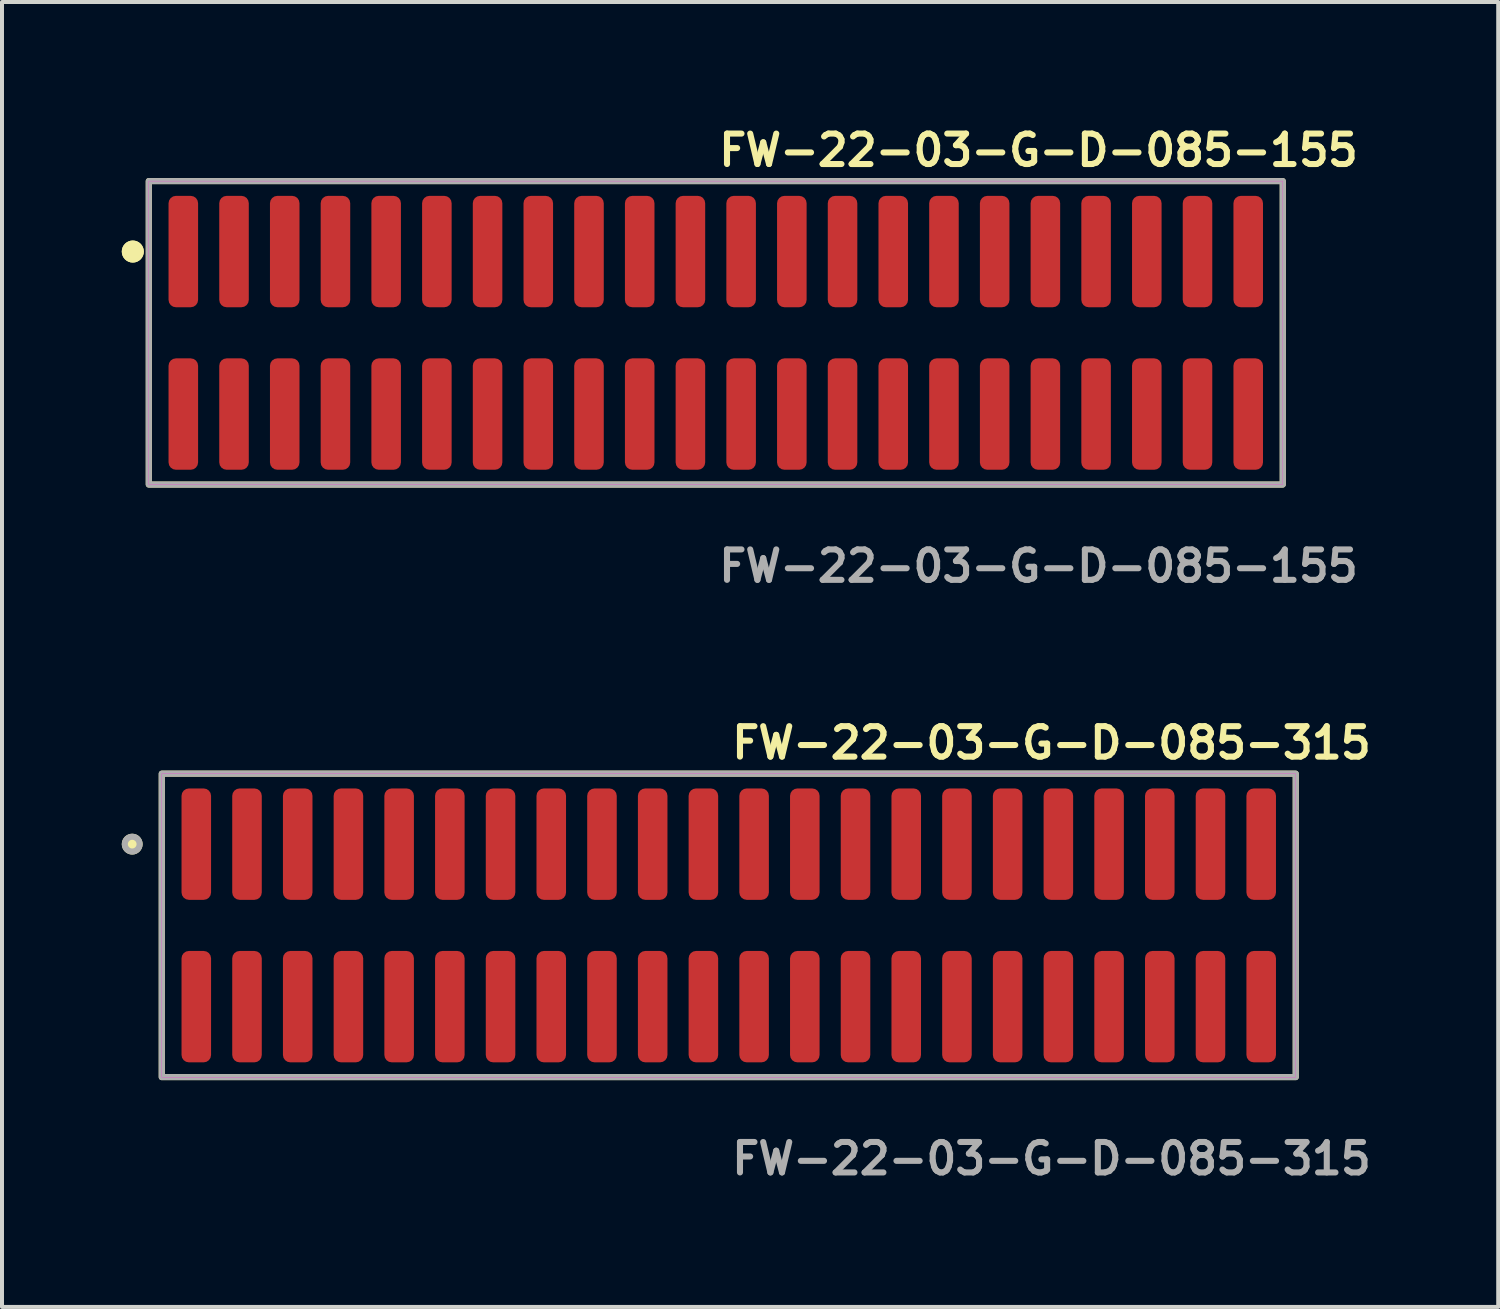
<source format=kicad_pcb>
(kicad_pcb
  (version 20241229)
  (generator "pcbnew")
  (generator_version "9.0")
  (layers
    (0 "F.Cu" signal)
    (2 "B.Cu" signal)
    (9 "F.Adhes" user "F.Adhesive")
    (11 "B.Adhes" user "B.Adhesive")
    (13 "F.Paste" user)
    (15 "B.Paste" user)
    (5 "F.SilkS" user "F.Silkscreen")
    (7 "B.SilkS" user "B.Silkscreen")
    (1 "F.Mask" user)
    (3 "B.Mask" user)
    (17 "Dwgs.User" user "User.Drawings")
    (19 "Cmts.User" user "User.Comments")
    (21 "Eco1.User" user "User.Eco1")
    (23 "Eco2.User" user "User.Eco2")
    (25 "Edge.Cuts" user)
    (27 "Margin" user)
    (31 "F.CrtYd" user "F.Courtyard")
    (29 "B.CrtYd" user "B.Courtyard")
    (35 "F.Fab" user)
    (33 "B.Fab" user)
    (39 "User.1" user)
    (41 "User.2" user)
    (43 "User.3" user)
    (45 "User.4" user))
  (footprint "FW-22-03-G-D-085-315"
    (layer "F.Cu")
    (at 15.201 20.126)
    (property "Reference" "FW-22-03-G-D-085-315" (at 0 -4.572 0) (unlocked yes) (layer "F.SilkS") (effects (font (size 0.762 0.762) (thickness 0.152)) (justify left)))
    (fp_rect (start -14.2 3.8) (end 14.2 -3.8) (stroke (width 0.152) (type solid)) (fill no) (layer "F.SilkS"))
    (fp_circle (center -14.94 -2.035) (end -15.125 -2.035) (stroke (width 0.152) (type solid)) (fill yes) (layer "F.SilkS"))
    (fp_rect (start -14.2 3.8) (end 14.2 -3.8) (stroke (width 0.006) (type solid)) (fill no) (layer "F.CrtYd"))
    (fp_rect (start -14.2 3.8) (end 14.2 -3.8) (stroke (width 0.152) (type solid)) (fill no) (layer "F.Fab"))
    (fp_circle (center -14.94 -2.035) (end -15.125 -2.035) (stroke (width 0.152) (type solid)) (fill no) (layer "F.Fab"))
    (fp_text user "${REFERENCE}" (at 0 5.842 0) (unlocked yes) (layer "F.Fab") (effects (font (size 0.762 0.762) (thickness 0.152)) (justify left)))
    (pad "1" smd roundrect (at -13.335 -2.035) (size 0.74 2.79) (layers "F.Cu" "F.Paste") (roundrect_rratio 0.25))
    (pad "2" smd roundrect (at -13.335 2.035) (size 0.74 2.79) (layers "F.Cu" "F.Paste") (roundrect_rratio 0.25))
    (pad "3" smd roundrect (at -12.065 -2.035) (size 0.74 2.79) (layers "F.Cu" "F.Paste") (roundrect_rratio 0.25))
    (pad "4" smd roundrect (at -12.065 2.035) (size 0.74 2.79) (layers "F.Cu" "F.Paste") (roundrect_rratio 0.25))
    (pad "5" smd roundrect (at -10.795 -2.035) (size 0.74 2.79) (layers "F.Cu" "F.Paste") (roundrect_rratio 0.25))
    (pad "6" smd roundrect (at -10.795 2.035) (size 0.74 2.79) (layers "F.Cu" "F.Paste") (roundrect_rratio 0.25))
    (pad "7" smd roundrect (at -9.525 -2.035) (size 0.74 2.79) (layers "F.Cu" "F.Paste") (roundrect_rratio 0.25))
    (pad "8" smd roundrect (at -9.525 2.035) (size 0.74 2.79) (layers "F.Cu" "F.Paste") (roundrect_rratio 0.25))
    (pad "9" smd roundrect (at -8.255 -2.035) (size 0.74 2.79) (layers "F.Cu" "F.Paste") (roundrect_rratio 0.25))
    (pad "10" smd roundrect (at -8.255 2.035) (size 0.74 2.79) (layers "F.Cu" "F.Paste") (roundrect_rratio 0.25))
    (pad "11" smd roundrect (at -6.985 -2.035) (size 0.74 2.79) (layers "F.Cu" "F.Paste") (roundrect_rratio 0.25))
    (pad "12" smd roundrect (at -6.985 2.035) (size 0.74 2.79) (layers "F.Cu" "F.Paste") (roundrect_rratio 0.25))
    (pad "13" smd roundrect (at -5.715 -2.035) (size 0.74 2.79) (layers "F.Cu" "F.Paste") (roundrect_rratio 0.25))
    (pad "14" smd roundrect (at -5.715 2.035) (size 0.74 2.79) (layers "F.Cu" "F.Paste") (roundrect_rratio 0.25))
    (pad "15" smd roundrect (at -4.445 -2.035) (size 0.74 2.79) (layers "F.Cu" "F.Paste") (roundrect_rratio 0.25))
    (pad "16" smd roundrect (at -4.445 2.035) (size 0.74 2.79) (layers "F.Cu" "F.Paste") (roundrect_rratio 0.25))
    (pad "17" smd roundrect (at -3.175 -2.035) (size 0.74 2.79) (layers "F.Cu" "F.Paste") (roundrect_rratio 0.25))
    (pad "18" smd roundrect (at -3.175 2.035) (size 0.74 2.79) (layers "F.Cu" "F.Paste") (roundrect_rratio 0.25))
    (pad "19" smd roundrect (at -1.905 -2.035) (size 0.74 2.79) (layers "F.Cu" "F.Paste") (roundrect_rratio 0.25))
    (pad "20" smd roundrect (at -1.905 2.035) (size 0.74 2.79) (layers "F.Cu" "F.Paste") (roundrect_rratio 0.25))
    (pad "21" smd roundrect (at -0.635 -2.035) (size 0.74 2.79) (layers "F.Cu" "F.Paste") (roundrect_rratio 0.25))
    (pad "22" smd roundrect (at -0.635 2.035) (size 0.74 2.79) (layers "F.Cu" "F.Paste") (roundrect_rratio 0.25))
    (pad "23" smd roundrect (at 0.635 -2.035) (size 0.74 2.79) (layers "F.Cu" "F.Paste") (roundrect_rratio 0.25))
    (pad "24" smd roundrect (at 0.635 2.035) (size 0.74 2.79) (layers "F.Cu" "F.Paste") (roundrect_rratio 0.25))
    (pad "25" smd roundrect (at 1.905 -2.035) (size 0.74 2.79) (layers "F.Cu" "F.Paste") (roundrect_rratio 0.25))
    (pad "26" smd roundrect (at 1.905 2.035) (size 0.74 2.79) (layers "F.Cu" "F.Paste") (roundrect_rratio 0.25))
    (pad "27" smd roundrect (at 3.175 -2.035) (size 0.74 2.79) (layers "F.Cu" "F.Paste") (roundrect_rratio 0.25))
    (pad "28" smd roundrect (at 3.175 2.035) (size 0.74 2.79) (layers "F.Cu" "F.Paste") (roundrect_rratio 0.25))
    (pad "29" smd roundrect (at 4.445 -2.035) (size 0.74 2.79) (layers "F.Cu" "F.Paste") (roundrect_rratio 0.25))
    (pad "30" smd roundrect (at 4.445 2.035) (size 0.74 2.79) (layers "F.Cu" "F.Paste") (roundrect_rratio 0.25))
    (pad "31" smd roundrect (at 5.715 -2.035) (size 0.74 2.79) (layers "F.Cu" "F.Paste") (roundrect_rratio 0.25))
    (pad "32" smd roundrect (at 5.715 2.035) (size 0.74 2.79) (layers "F.Cu" "F.Paste") (roundrect_rratio 0.25))
    (pad "33" smd roundrect (at 6.985 -2.035) (size 0.74 2.79) (layers "F.Cu" "F.Paste") (roundrect_rratio 0.25))
    (pad "34" smd roundrect (at 6.985 2.035) (size 0.74 2.79) (layers "F.Cu" "F.Paste") (roundrect_rratio 0.25))
    (pad "35" smd roundrect (at 8.255 -2.035) (size 0.74 2.79) (layers "F.Cu" "F.Paste") (roundrect_rratio 0.25))
    (pad "36" smd roundrect (at 8.255 2.035) (size 0.74 2.79) (layers "F.Cu" "F.Paste") (roundrect_rratio 0.25))
    (pad "37" smd roundrect (at 9.525 -2.035) (size 0.74 2.79) (layers "F.Cu" "F.Paste") (roundrect_rratio 0.25))
    (pad "38" smd roundrect (at 9.525 2.035) (size 0.74 2.79) (layers "F.Cu" "F.Paste") (roundrect_rratio 0.25))
    (pad "39" smd roundrect (at 10.795 -2.035) (size 0.74 2.79) (layers "F.Cu" "F.Paste") (roundrect_rratio 0.25))
    (pad "40" smd roundrect (at 10.795 2.035) (size 0.74 2.79) (layers "F.Cu" "F.Paste") (roundrect_rratio 0.25))
    (pad "41" smd roundrect (at 12.065 -2.035) (size 0.74 2.79) (layers "F.Cu" "F.Paste") (roundrect_rratio 0.25))
    (pad "42" smd roundrect (at 12.065 2.035) (size 0.74 2.79) (layers "F.Cu" "F.Paste") (roundrect_rratio 0.25))
    (pad "43" smd roundrect (at 13.335 -2.035) (size 0.74 2.79) (layers "F.Cu" "F.Paste") (roundrect_rratio 0.25))
    (pad "44" smd roundrect (at 13.335 2.035) (size 0.74 2.79) (layers "F.Cu" "F.Paste") (roundrect_rratio 0.25)))
  (footprint "FW-22-03-G-D-085-155"
    (layer "F.Cu")
    (at 14.876 5.285)
    (property "Reference" "FW-22-03-G-D-085-155" (at 0 -4.572 0) (unlocked yes) (layer "F.SilkS") (effects (font (size 0.762 0.762) (thickness 0.152)) (justify left)))
    (fp_rect (start -14.2 3.8) (end 14.2 -3.8) (stroke (width 0.152) (type solid)) (fill no) (layer "F.SilkS"))
    (fp_circle (center -14.6 -2.035) (end -14.8 -2.035) (stroke (width 0.152) (type solid)) (fill yes) (layer "F.SilkS"))
    (fp_circle (center -14.6 -2.035) (end -14.8 -2.035) (stroke (width 0.152) (type solid)) (fill yes) (layer "F.SilkS"))
    (fp_rect (start -14.2 3.8) (end 14.2 -3.8) (stroke (width 0.006) (type solid)) (fill no) (layer "F.CrtYd"))
    (fp_rect (start -14.2 3.8) (end 14.2 -3.8) (stroke (width 0.152) (type solid)) (fill no) (layer "F.Fab"))
    (fp_text user "${REFERENCE}" (at 0 5.842 0) (unlocked yes) (layer "F.Fab") (effects (font (size 0.762 0.762) (thickness 0.152)) (justify left)))
    (pad "1" smd roundrect (at -13.335 -2.035) (size 0.74 2.79) (layers "F.Cu" "F.Paste") (roundrect_rratio 0.25))
    (pad "2" smd roundrect (at -13.335 2.035) (size 0.74 2.79) (layers "F.Cu" "F.Paste") (roundrect_rratio 0.25))
    (pad "3" smd roundrect (at -12.065 -2.035) (size 0.74 2.79) (layers "F.Cu" "F.Paste") (roundrect_rratio 0.25))
    (pad "4" smd roundrect (at -12.065 2.035) (size 0.74 2.79) (layers "F.Cu" "F.Paste") (roundrect_rratio 0.25))
    (pad "5" smd roundrect (at -10.795 -2.035) (size 0.74 2.79) (layers "F.Cu" "F.Paste") (roundrect_rratio 0.25))
    (pad "6" smd roundrect (at -10.795 2.035) (size 0.74 2.79) (layers "F.Cu" "F.Paste") (roundrect_rratio 0.25))
    (pad "7" smd roundrect (at -9.525 -2.035) (size 0.74 2.79) (layers "F.Cu" "F.Paste") (roundrect_rratio 0.25))
    (pad "8" smd roundrect (at -9.525 2.035) (size 0.74 2.79) (layers "F.Cu" "F.Paste") (roundrect_rratio 0.25))
    (pad "9" smd roundrect (at -8.255 -2.035) (size 0.74 2.79) (layers "F.Cu" "F.Paste") (roundrect_rratio 0.25))
    (pad "10" smd roundrect (at -8.255 2.035) (size 0.74 2.79) (layers "F.Cu" "F.Paste") (roundrect_rratio 0.25))
    (pad "11" smd roundrect (at -6.985 -2.035) (size 0.74 2.79) (layers "F.Cu" "F.Paste") (roundrect_rratio 0.25))
    (pad "12" smd roundrect (at -6.985 2.035) (size 0.74 2.79) (layers "F.Cu" "F.Paste") (roundrect_rratio 0.25))
    (pad "13" smd roundrect (at -5.715 -2.035) (size 0.74 2.79) (layers "F.Cu" "F.Paste") (roundrect_rratio 0.25))
    (pad "14" smd roundrect (at -5.715 2.035) (size 0.74 2.79) (layers "F.Cu" "F.Paste") (roundrect_rratio 0.25))
    (pad "15" smd roundrect (at -4.445 -2.035) (size 0.74 2.79) (layers "F.Cu" "F.Paste") (roundrect_rratio 0.25))
    (pad "16" smd roundrect (at -4.445 2.035) (size 0.74 2.79) (layers "F.Cu" "F.Paste") (roundrect_rratio 0.25))
    (pad "17" smd roundrect (at -3.175 -2.035) (size 0.74 2.79) (layers "F.Cu" "F.Paste") (roundrect_rratio 0.25))
    (pad "18" smd roundrect (at -3.175 2.035) (size 0.74 2.79) (layers "F.Cu" "F.Paste") (roundrect_rratio 0.25))
    (pad "19" smd roundrect (at -1.905 -2.035) (size 0.74 2.79) (layers "F.Cu" "F.Paste") (roundrect_rratio 0.25))
    (pad "20" smd roundrect (at -1.905 2.035) (size 0.74 2.79) (layers "F.Cu" "F.Paste") (roundrect_rratio 0.25))
    (pad "21" smd roundrect (at -0.635 -2.035) (size 0.74 2.79) (layers "F.Cu" "F.Paste") (roundrect_rratio 0.25))
    (pad "22" smd roundrect (at -0.635 2.035) (size 0.74 2.79) (layers "F.Cu" "F.Paste") (roundrect_rratio 0.25))
    (pad "23" smd roundrect (at 0.635 -2.035) (size 0.74 2.79) (layers "F.Cu" "F.Paste") (roundrect_rratio 0.25))
    (pad "24" smd roundrect (at 0.635 2.035) (size 0.74 2.79) (layers "F.Cu" "F.Paste") (roundrect_rratio 0.25))
    (pad "25" smd roundrect (at 1.905 -2.035) (size 0.74 2.79) (layers "F.Cu" "F.Paste") (roundrect_rratio 0.25))
    (pad "26" smd roundrect (at 1.905 2.035) (size 0.74 2.79) (layers "F.Cu" "F.Paste") (roundrect_rratio 0.25))
    (pad "27" smd roundrect (at 3.175 -2.035) (size 0.74 2.79) (layers "F.Cu" "F.Paste") (roundrect_rratio 0.25))
    (pad "28" smd roundrect (at 3.175 2.035) (size 0.74 2.79) (layers "F.Cu" "F.Paste") (roundrect_rratio 0.25))
    (pad "29" smd roundrect (at 4.445 -2.035) (size 0.74 2.79) (layers "F.Cu" "F.Paste") (roundrect_rratio 0.25))
    (pad "30" smd roundrect (at 4.445 2.035) (size 0.74 2.79) (layers "F.Cu" "F.Paste") (roundrect_rratio 0.25))
    (pad "31" smd roundrect (at 5.715 -2.035) (size 0.74 2.79) (layers "F.Cu" "F.Paste") (roundrect_rratio 0.25))
    (pad "32" smd roundrect (at 5.715 2.035) (size 0.74 2.79) (layers "F.Cu" "F.Paste") (roundrect_rratio 0.25))
    (pad "33" smd roundrect (at 6.985 -2.035) (size 0.74 2.79) (layers "F.Cu" "F.Paste") (roundrect_rratio 0.25))
    (pad "34" smd roundrect (at 6.985 2.035) (size 0.74 2.79) (layers "F.Cu" "F.Paste") (roundrect_rratio 0.25))
    (pad "35" smd roundrect (at 8.255 -2.035) (size 0.74 2.79) (layers "F.Cu" "F.Paste") (roundrect_rratio 0.25))
    (pad "36" smd roundrect (at 8.255 2.035) (size 0.74 2.79) (layers "F.Cu" "F.Paste") (roundrect_rratio 0.25))
    (pad "37" smd roundrect (at 9.525 -2.035) (size 0.74 2.79) (layers "F.Cu" "F.Paste") (roundrect_rratio 0.25))
    (pad "38" smd roundrect (at 9.525 2.035) (size 0.74 2.79) (layers "F.Cu" "F.Paste") (roundrect_rratio 0.25))
    (pad "39" smd roundrect (at 10.795 -2.035) (size 0.74 2.79) (layers "F.Cu" "F.Paste") (roundrect_rratio 0.25))
    (pad "40" smd roundrect (at 10.795 2.035) (size 0.74 2.79) (layers "F.Cu" "F.Paste") (roundrect_rratio 0.25))
    (pad "41" smd roundrect (at 12.065 -2.035) (size 0.74 2.79) (layers "F.Cu" "F.Paste") (roundrect_rratio 0.25))
    (pad "42" smd roundrect (at 12.065 2.035) (size 0.74 2.79) (layers "F.Cu" "F.Paste") (roundrect_rratio 0.25))
    (pad "43" smd roundrect (at 13.335 -2.035) (size 0.74 2.79) (layers "F.Cu" "F.Paste") (roundrect_rratio 0.25))
    (pad "44" smd roundrect (at 13.335 2.035) (size 0.74 2.79) (layers "F.Cu" "F.Paste") (roundrect_rratio 0.25)))
  (gr_rect
    (start -3 -3)
    (end 34.472 29.681)
    (stroke (width 0.1) (type default))
    (fill no)
    (layer "Edge.Cuts")))
</source>
